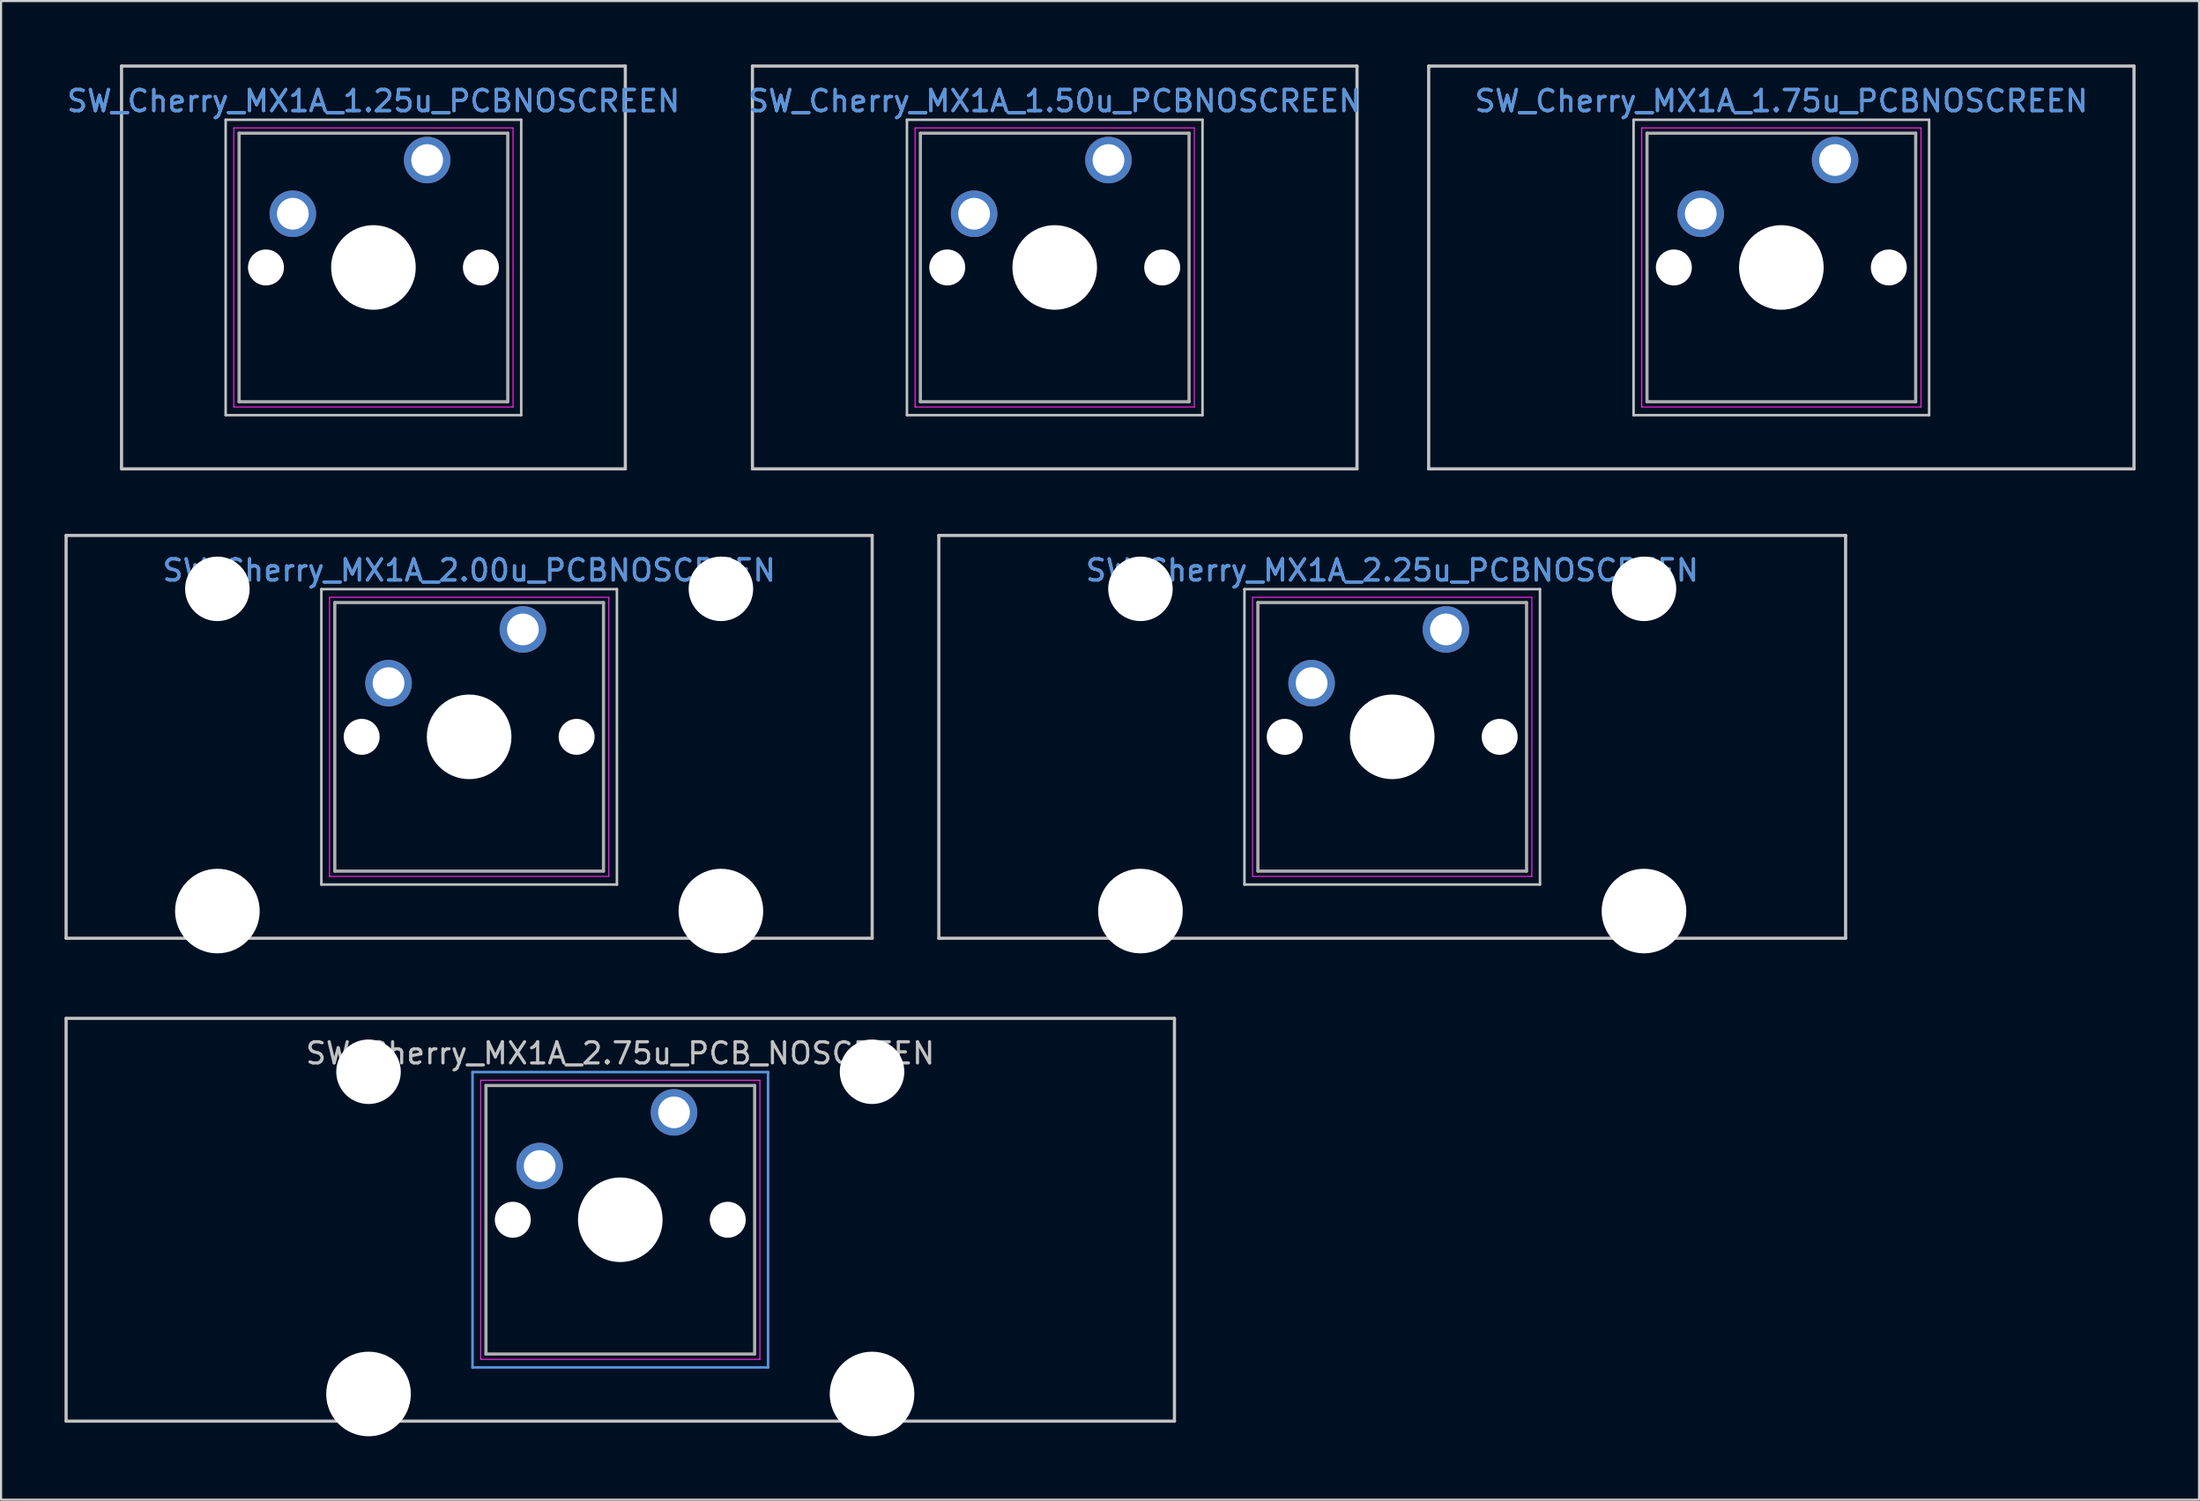
<source format=kicad_pcb>
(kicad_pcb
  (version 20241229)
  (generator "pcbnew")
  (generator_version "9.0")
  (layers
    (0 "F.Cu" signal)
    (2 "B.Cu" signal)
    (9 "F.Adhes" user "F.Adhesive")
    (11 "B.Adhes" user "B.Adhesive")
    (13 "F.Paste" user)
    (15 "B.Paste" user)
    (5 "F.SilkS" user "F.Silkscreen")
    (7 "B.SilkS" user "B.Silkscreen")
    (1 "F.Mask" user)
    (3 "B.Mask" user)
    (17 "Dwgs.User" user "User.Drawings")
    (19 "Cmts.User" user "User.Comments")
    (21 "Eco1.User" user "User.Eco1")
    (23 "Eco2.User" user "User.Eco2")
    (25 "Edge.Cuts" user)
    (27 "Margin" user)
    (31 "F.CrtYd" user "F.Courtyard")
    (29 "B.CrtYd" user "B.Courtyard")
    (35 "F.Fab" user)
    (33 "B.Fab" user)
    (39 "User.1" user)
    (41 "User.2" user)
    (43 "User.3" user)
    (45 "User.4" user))
  (footprint "SW_Cherry_MX1A_1.25u_PCBNOSCREEN"
    (layer "F.Cu")
    (at 17.141 4.52)
    (property "Reference" "SW_Cherry_MX1A_1.25u_PCBNOSCREEN" (at -2.54 -2.794 0) (layer "Cmts.User") (effects (font (size 1 1) (thickness 0.15))))
    (attr through_hole)
    (fp_line (start -14.446 -4.445) (end 9.366 -4.445) (stroke (width 0.15) (type solid)) (layer "Dwgs.User"))
    (fp_line (start -14.446 14.605) (end -14.446 -4.445) (stroke (width 0.15) (type solid)) (layer "Dwgs.User"))
    (fp_line (start -9.525 -1.905) (end 4.445 -1.905) (stroke (width 0.12) (type solid)) (layer "Dwgs.User"))
    (fp_line (start -9.525 12.065) (end -9.525 -1.905) (stroke (width 0.12) (type solid)) (layer "Dwgs.User"))
    (fp_line (start 4.445 -1.905) (end 4.445 12.065) (stroke (width 0.12) (type solid)) (layer "Dwgs.User"))
    (fp_line (start 4.445 12.065) (end -9.525 12.065) (stroke (width 0.12) (type solid)) (layer "Dwgs.User"))
    (fp_line (start 9.366 -4.445) (end 9.366 14.605) (stroke (width 0.15) (type solid)) (layer "Dwgs.User"))
    (fp_line (start 9.366 14.605) (end -14.446 14.605) (stroke (width 0.15) (type solid)) (layer "Dwgs.User"))
    (fp_line (start -9.14 -1.52) (end 4.06 -1.52) (stroke (width 0.05) (type solid)) (layer "F.CrtYd"))
    (fp_line (start -9.14 11.68) (end -9.14 -1.52) (stroke (width 0.05) (type solid)) (layer "F.CrtYd"))
    (fp_line (start 4.06 -1.52) (end 4.06 11.68) (stroke (width 0.05) (type solid)) (layer "F.CrtYd"))
    (fp_line (start 4.06 11.68) (end -9.14 11.68) (stroke (width 0.05) (type solid)) (layer "F.CrtYd"))
    (fp_line (start -8.89 -1.27) (end 3.81 -1.27) (stroke (width 0.15) (type solid)) (layer "F.Fab"))
    (fp_line (start -8.89 11.43) (end -8.89 -1.27) (stroke (width 0.15) (type solid)) (layer "F.Fab"))
    (fp_line (start 3.81 -1.27) (end 3.81 11.43) (stroke (width 0.15) (type solid)) (layer "F.Fab"))
    (fp_line (start 3.81 11.43) (end -8.89 11.43) (stroke (width 0.15) (type solid)) (layer "F.Fab"))
    (fp_text user "${REFERENCE}" (at -2.54 -2.794 0) (layer "F.Fab") (effects (font (size 1 1) (thickness 0.15))))
    (pad "" np_thru_hole circle (at -7.62 5.08) (size 1.7 1.7) (drill 1.7) (layers "*.Cu" "*.Mask"))
    (pad "" np_thru_hole circle (at -2.54 5.08) (size 4 4) (drill 4) (layers "*.Cu" "*.Mask"))
    (pad "" np_thru_hole circle (at 2.54 5.08) (size 1.7 1.7) (drill 1.7) (layers "*.Cu" "*.Mask"))
    (pad "1" thru_hole circle (at -6.35 2.54) (size 2.2 2.2) (drill 1.5) (layers "*.Cu" "*.Mask"))
    (pad "2" thru_hole circle (at 0 0) (size 2.2 2.2) (drill 1.5) (layers "*.Cu" "*.Mask")))
  (footprint "SW_Cherry_MX1A_1.50u_PCBNOSCREEN"
    (layer "F.Cu")
    (at 49.344 4.52)
    (property "Reference" "SW_Cherry_MX1A_1.50u_PCBNOSCREEN" (at -2.54 -2.794 0) (layer "Cmts.User") (effects (font (size 1 1) (thickness 0.15))))
    (fp_line (start -16.828 -4.445) (end 11.748 -4.445) (stroke (width 0.15) (type solid)) (layer "Dwgs.User"))
    (fp_line (start -16.828 14.605) (end -16.828 -4.445) (stroke (width 0.15) (type solid)) (layer "Dwgs.User"))
    (fp_line (start -9.525 -1.905) (end 4.445 -1.905) (stroke (width 0.12) (type solid)) (layer "Dwgs.User"))
    (fp_line (start -9.525 12.065) (end -9.525 -1.905) (stroke (width 0.12) (type solid)) (layer "Dwgs.User"))
    (fp_line (start 4.445 -1.905) (end 4.445 12.065) (stroke (width 0.12) (type solid)) (layer "Dwgs.User"))
    (fp_line (start 4.445 12.065) (end -9.525 12.065) (stroke (width 0.12) (type solid)) (layer "Dwgs.User"))
    (fp_line (start 11.748 -4.445) (end 11.748 14.605) (stroke (width 0.15) (type solid)) (layer "Dwgs.User"))
    (fp_line (start 11.748 14.605) (end -16.828 14.605) (stroke (width 0.15) (type solid)) (layer "Dwgs.User"))
    (fp_line (start -9.14 -1.52) (end 4.06 -1.52) (stroke (width 0.05) (type solid)) (layer "F.CrtYd"))
    (fp_line (start -9.14 11.68) (end -9.14 -1.52) (stroke (width 0.05) (type solid)) (layer "F.CrtYd"))
    (fp_line (start 4.06 -1.52) (end 4.06 11.68) (stroke (width 0.05) (type solid)) (layer "F.CrtYd"))
    (fp_line (start 4.06 11.68) (end -9.14 11.68) (stroke (width 0.05) (type solid)) (layer "F.CrtYd"))
    (fp_line (start -8.89 -1.27) (end 3.81 -1.27) (stroke (width 0.15) (type solid)) (layer "F.Fab"))
    (fp_line (start -8.89 11.43) (end -8.89 -1.27) (stroke (width 0.15) (type solid)) (layer "F.Fab"))
    (fp_line (start 3.81 -1.27) (end 3.81 11.43) (stroke (width 0.15) (type solid)) (layer "F.Fab"))
    (fp_line (start 3.81 11.43) (end -8.89 11.43) (stroke (width 0.15) (type solid)) (layer "F.Fab"))
    (fp_text user "${REFERENCE}" (at -2.54 -2.794 0) (layer "F.Fab") (effects (font (size 1 1) (thickness 0.15))))
    (pad "" np_thru_hole circle (at -7.62 5.08) (size 1.7 1.7) (drill 1.7) (layers "*.Cu" "*.Mask"))
    (pad "" np_thru_hole circle (at -2.54 5.08) (size 4 4) (drill 4) (layers "*.Cu" "*.Mask"))
    (pad "" np_thru_hole circle (at 2.54 5.08) (size 1.7 1.7) (drill 1.7) (layers "*.Cu" "*.Mask"))
    (pad "1" thru_hole circle (at -6.35 2.54) (size 2.2 2.2) (drill 1.5) (layers "*.Cu" "*.Mask"))
    (pad "2" thru_hole circle (at 0 0) (size 2.2 2.2) (drill 1.5) (layers "*.Cu" "*.Mask")))
  (footprint "SW_Cherry_MX1A_1.75u_PCBNOSCREEN"
    (layer "F.Cu")
    (at 83.689 4.52)
    (property "Reference" "SW_Cherry_MX1A_1.75u_PCBNOSCREEN" (at -2.54 -2.794 0) (layer "Cmts.User") (effects (font (size 1 1) (thickness 0.15))))
    (fp_line (start -19.209 -4.445) (end 14.129 -4.445) (stroke (width 0.15) (type solid)) (layer "Dwgs.User"))
    (fp_line (start -19.209 14.605) (end -19.209 -4.445) (stroke (width 0.15) (type solid)) (layer "Dwgs.User"))
    (fp_line (start -9.525 -1.905) (end 4.445 -1.905) (stroke (width 0.12) (type solid)) (layer "Dwgs.User"))
    (fp_line (start -9.525 12.065) (end -9.525 -1.905) (stroke (width 0.12) (type solid)) (layer "Dwgs.User"))
    (fp_line (start 4.445 -1.905) (end 4.445 12.065) (stroke (width 0.12) (type solid)) (layer "Dwgs.User"))
    (fp_line (start 4.445 12.065) (end -9.525 12.065) (stroke (width 0.12) (type solid)) (layer "Dwgs.User"))
    (fp_line (start 14.129 -4.445) (end 14.129 14.605) (stroke (width 0.15) (type solid)) (layer "Dwgs.User"))
    (fp_line (start 14.129 14.605) (end -19.209 14.605) (stroke (width 0.15) (type solid)) (layer "Dwgs.User"))
    (fp_line (start -9.14 -1.52) (end 4.06 -1.52) (stroke (width 0.05) (type solid)) (layer "F.CrtYd"))
    (fp_line (start -9.14 11.68) (end -9.14 -1.52) (stroke (width 0.05) (type solid)) (layer "F.CrtYd"))
    (fp_line (start 4.06 -1.52) (end 4.06 11.68) (stroke (width 0.05) (type solid)) (layer "F.CrtYd"))
    (fp_line (start 4.06 11.68) (end -9.14 11.68) (stroke (width 0.05) (type solid)) (layer "F.CrtYd"))
    (fp_line (start -8.89 -1.27) (end 3.81 -1.27) (stroke (width 0.15) (type solid)) (layer "F.Fab"))
    (fp_line (start -8.89 11.43) (end -8.89 -1.27) (stroke (width 0.15) (type solid)) (layer "F.Fab"))
    (fp_line (start 3.81 -1.27) (end 3.81 11.43) (stroke (width 0.15) (type solid)) (layer "F.Fab"))
    (fp_line (start 3.81 11.43) (end -8.89 11.43) (stroke (width 0.15) (type solid)) (layer "F.Fab"))
    (fp_text user "${REFERENCE}" (at -2.54 -2.794 0) (layer "F.Fab") (effects (font (size 1 1) (thickness 0.15))))
    (pad "" np_thru_hole circle (at -7.62 5.08) (size 1.7 1.7) (drill 1.7) (layers "*.Cu" "*.Mask"))
    (pad "" np_thru_hole circle (at -2.54 5.08) (size 4 4) (drill 4) (layers "*.Cu" "*.Mask"))
    (pad "" np_thru_hole circle (at 2.54 5.08) (size 1.7 1.7) (drill 1.7) (layers "*.Cu" "*.Mask"))
    (pad "1" thru_hole circle (at -6.35 2.54) (size 2.2 2.2) (drill 1.5) (layers "*.Cu" "*.Mask"))
    (pad "2" thru_hole circle (at 0 0) (size 2.2 2.2) (drill 1.5) (layers "*.Cu" "*.Mask")))
  (footprint "SW_Cherry_MX1A_2.75u_PCB_NOSCREEN"
    (layer "F.Cu")
    (at 28.809 49.56)
    (property "Reference" "SW_Cherry_MX1A_2.75u_PCB_NOSCREEN" (at -2.54 -2.794 180) (layer "Dwgs.User") (effects (font (size 1 1) (thickness 0.15))))
    (fp_line (start -28.734 -4.445) (end 23.654 -4.445) (stroke (width 0.15) (type solid)) (layer "Dwgs.User"))
    (fp_line (start -28.734 14.605) (end -28.734 -4.445) (stroke (width 0.15) (type solid)) (layer "Dwgs.User"))
    (fp_line (start 23.654 -4.445) (end 23.654 14.605) (stroke (width 0.15) (type solid)) (layer "Dwgs.User"))
    (fp_line (start 23.654 14.605) (end -28.734 14.605) (stroke (width 0.15) (type solid)) (layer "Dwgs.User"))
    (fp_line (start -9.525 -1.905) (end 4.445 -1.905) (stroke (width 0.12) (type solid)) (layer "Cmts.User"))
    (fp_line (start -9.525 12.065) (end -9.525 -1.905) (stroke (width 0.12) (type solid)) (layer "Cmts.User"))
    (fp_line (start 4.445 -1.905) (end 4.445 12.065) (stroke (width 0.12) (type solid)) (layer "Cmts.User"))
    (fp_line (start 4.445 12.065) (end -9.525 12.065) (stroke (width 0.12) (type solid)) (layer "Cmts.User"))
    (fp_line (start -9.14 -1.52) (end 4.06 -1.52) (stroke (width 0.05) (type solid)) (layer "F.CrtYd"))
    (fp_line (start -9.14 11.68) (end -9.14 -1.52) (stroke (width 0.05) (type solid)) (layer "F.CrtYd"))
    (fp_line (start 4.06 -1.52) (end 4.06 11.68) (stroke (width 0.05) (type solid)) (layer "F.CrtYd"))
    (fp_line (start 4.06 11.68) (end -9.14 11.68) (stroke (width 0.05) (type solid)) (layer "F.CrtYd"))
    (fp_line (start -8.89 -1.27) (end 3.81 -1.27) (stroke (width 0.15) (type solid)) (layer "F.Fab"))
    (fp_line (start -8.89 11.43) (end -8.89 -1.27) (stroke (width 0.15) (type solid)) (layer "F.Fab"))
    (fp_line (start 3.81 -1.27) (end 3.81 11.43) (stroke (width 0.15) (type solid)) (layer "F.Fab"))
    (fp_line (start 3.81 11.43) (end -8.89 11.43) (stroke (width 0.15) (type solid)) (layer "F.Fab"))
    (pad "" np_thru_hole circle (at -14.44 -1.92) (size 3.05 3.05) (drill 3.05) (layers "*.Cu" "*.Mask"))
    (pad "" np_thru_hole circle (at -14.44 13.32) (size 4 4) (drill 4) (layers "*.Cu" "*.Mask"))
    (pad "" np_thru_hole circle (at -7.62 5.08) (size 1.7 1.7) (drill 1.7) (layers "*.Cu" "*.Mask"))
    (pad "" np_thru_hole circle (at -2.54 5.08) (size 4 4) (drill 4) (layers "*.Cu" "*.Mask"))
    (pad "" np_thru_hole circle (at 2.54 5.08) (size 1.7 1.7) (drill 1.7) (layers "*.Cu" "*.Mask"))
    (pad "" np_thru_hole circle (at 9.36 -1.92) (size 3.05 3.05) (drill 3.05) (layers "*.Cu" "*.Mask"))
    (pad "" np_thru_hole circle (at 9.36 13.32) (size 4 4) (drill 4) (layers "*.Cu" "*.Mask"))
    (pad "1" thru_hole circle (at -6.35 2.54) (size 2.2 2.2) (drill 1.5) (layers "*.Cu" "*.Mask"))
    (pad "2" thru_hole circle (at 0 0) (size 2.2 2.2) (drill 1.5) (layers "*.Cu" "*.Mask")))
  (footprint "SW_Cherry_MX1A_2.25u_PCBNOSCREEN"
    (layer "F.Cu")
    (at 65.296 26.72)
    (property "Reference" "SW_Cherry_MX1A_2.25u_PCBNOSCREEN" (at -2.54 -2.794 0) (layer "Cmts.User") (effects (font (size 1 1) (thickness 0.15))))
    (fp_line (start -23.971 -4.445) (end 18.891 -4.445) (stroke (width 0.15) (type solid)) (layer "Dwgs.User"))
    (fp_line (start -23.971 14.605) (end -23.971 -4.445) (stroke (width 0.15) (type solid)) (layer "Dwgs.User"))
    (fp_line (start -9.525 -1.905) (end 4.445 -1.905) (stroke (width 0.12) (type solid)) (layer "Dwgs.User"))
    (fp_line (start -9.525 12.065) (end -9.525 -1.905) (stroke (width 0.12) (type solid)) (layer "Dwgs.User"))
    (fp_line (start 4.445 -1.905) (end 4.445 12.065) (stroke (width 0.12) (type solid)) (layer "Dwgs.User"))
    (fp_line (start 4.445 12.065) (end -9.525 12.065) (stroke (width 0.12) (type solid)) (layer "Dwgs.User"))
    (fp_line (start 18.891 -4.445) (end 18.891 14.605) (stroke (width 0.15) (type solid)) (layer "Dwgs.User"))
    (fp_line (start 18.891 14.605) (end -23.971 14.605) (stroke (width 0.15) (type solid)) (layer "Dwgs.User"))
    (fp_line (start -9.14 -1.52) (end 4.06 -1.52) (stroke (width 0.05) (type solid)) (layer "F.CrtYd"))
    (fp_line (start -9.14 11.68) (end -9.14 -1.52) (stroke (width 0.05) (type solid)) (layer "F.CrtYd"))
    (fp_line (start 4.06 -1.52) (end 4.06 11.68) (stroke (width 0.05) (type solid)) (layer "F.CrtYd"))
    (fp_line (start 4.06 11.68) (end -9.14 11.68) (stroke (width 0.05) (type solid)) (layer "F.CrtYd"))
    (fp_line (start -8.89 -1.27) (end 3.81 -1.27) (stroke (width 0.15) (type solid)) (layer "F.Fab"))
    (fp_line (start -8.89 11.43) (end -8.89 -1.27) (stroke (width 0.15) (type solid)) (layer "F.Fab"))
    (fp_line (start 3.81 -1.27) (end 3.81 11.43) (stroke (width 0.15) (type solid)) (layer "F.Fab"))
    (fp_line (start 3.81 11.43) (end -8.89 11.43) (stroke (width 0.15) (type solid)) (layer "F.Fab"))
    (fp_text user "${REFERENCE}" (at -2.54 -2.794 0) (layer "F.Fab") (effects (font (size 1 1) (thickness 0.15))))
    (pad "" np_thru_hole circle (at -14.44 -1.92) (size 3.05 3.05) (drill 3.05) (layers "*.Cu" "*.Mask"))
    (pad "" np_thru_hole circle (at -14.44 13.32) (size 4 4) (drill 4) (layers "*.Cu" "*.Mask"))
    (pad "" np_thru_hole circle (at -7.62 5.08) (size 1.7 1.7) (drill 1.7) (layers "*.Cu" "*.Mask"))
    (pad "" np_thru_hole circle (at -2.54 5.08) (size 4 4) (drill 4) (layers "*.Cu" "*.Mask"))
    (pad "" np_thru_hole circle (at 2.54 5.08) (size 1.7 1.7) (drill 1.7) (layers "*.Cu" "*.Mask"))
    (pad "" np_thru_hole circle (at 9.36 -1.92) (size 3.05 3.05) (drill 3.05) (layers "*.Cu" "*.Mask"))
    (pad "" np_thru_hole circle (at 9.36 13.32) (size 4 4) (drill 4) (layers "*.Cu" "*.Mask"))
    (pad "1" thru_hole circle (at -6.35 2.54) (size 2.2 2.2) (drill 1.5) (layers "*.Cu" "*.Mask"))
    (pad "2" thru_hole circle (at 0 0) (size 2.2 2.2) (drill 1.5) (layers "*.Cu" "*.Mask")))
  (footprint "SW_Cherry_MX1A_2.00u_PCBNOSCREEN"
    (layer "F.Cu")
    (at 21.665 26.72)
    (property "Reference" "SW_Cherry_MX1A_2.00u_PCBNOSCREEN" (at -2.54 -2.794 0) (layer "Cmts.User") (effects (font (size 1 1) (thickness 0.15))))
    (fp_line (start -21.59 -4.445) (end 16.51 -4.445) (stroke (width 0.15) (type solid)) (layer "Dwgs.User"))
    (fp_line (start -21.59 14.605) (end -21.59 -4.445) (stroke (width 0.15) (type solid)) (layer "Dwgs.User"))
    (fp_line (start -9.525 -1.905) (end 4.445 -1.905) (stroke (width 0.12) (type solid)) (layer "Dwgs.User"))
    (fp_line (start -9.525 12.065) (end -9.525 -1.905) (stroke (width 0.12) (type solid)) (layer "Dwgs.User"))
    (fp_line (start 4.445 -1.905) (end 4.445 12.065) (stroke (width 0.12) (type solid)) (layer "Dwgs.User"))
    (fp_line (start 4.445 12.065) (end -9.525 12.065) (stroke (width 0.12) (type solid)) (layer "Dwgs.User"))
    (fp_line (start 16.51 -4.445) (end 16.51 14.605) (stroke (width 0.15) (type solid)) (layer "Dwgs.User"))
    (fp_line (start 16.51 14.605) (end -21.59 14.605) (stroke (width 0.15) (type solid)) (layer "Dwgs.User"))
    (fp_line (start -9.14 -1.52) (end 4.06 -1.52) (stroke (width 0.05) (type solid)) (layer "F.CrtYd"))
    (fp_line (start -9.14 11.68) (end -9.14 -1.52) (stroke (width 0.05) (type solid)) (layer "F.CrtYd"))
    (fp_line (start 4.06 -1.52) (end 4.06 11.68) (stroke (width 0.05) (type solid)) (layer "F.CrtYd"))
    (fp_line (start 4.06 11.68) (end -9.14 11.68) (stroke (width 0.05) (type solid)) (layer "F.CrtYd"))
    (fp_line (start -8.89 -1.27) (end 3.81 -1.27) (stroke (width 0.15) (type solid)) (layer "F.Fab"))
    (fp_line (start -8.89 11.43) (end -8.89 -1.27) (stroke (width 0.15) (type solid)) (layer "F.Fab"))
    (fp_line (start 3.81 -1.27) (end 3.81 11.43) (stroke (width 0.15) (type solid)) (layer "F.Fab"))
    (fp_line (start 3.81 11.43) (end -8.89 11.43) (stroke (width 0.15) (type solid)) (layer "F.Fab"))
    (fp_text user "${REFERENCE}" (at -2.54 -2.794 0) (layer "F.Fab") (effects (font (size 1 1) (thickness 0.15))))
    (pad "" np_thru_hole circle (at -14.44 -1.92) (size 3.05 3.05) (drill 3.05) (layers "*.Cu" "*.Mask"))
    (pad "" np_thru_hole circle (at -14.44 13.32) (size 4 4) (drill 4) (layers "*.Cu" "*.Mask"))
    (pad "" np_thru_hole circle (at -7.62 5.08) (size 1.7 1.7) (drill 1.7) (layers "*.Cu" "*.Mask"))
    (pad "" np_thru_hole circle (at -2.54 5.08) (size 4 4) (drill 4) (layers "*.Cu" "*.Mask"))
    (pad "" np_thru_hole circle (at 2.54 5.08) (size 1.7 1.7) (drill 1.7) (layers "*.Cu" "*.Mask"))
    (pad "" np_thru_hole circle (at 9.36 -1.92) (size 3.05 3.05) (drill 3.05) (layers "*.Cu" "*.Mask"))
    (pad "" np_thru_hole circle (at 9.36 13.32) (size 4 4) (drill 4) (layers "*.Cu" "*.Mask"))
    (pad "1" thru_hole circle (at -6.35 2.54) (size 2.2 2.2) (drill 1.5) (layers "*.Cu" "*.Mask"))
    (pad "2" thru_hole circle (at 0 0) (size 2.2 2.2) (drill 1.5) (layers "*.Cu" "*.Mask")))
  (gr_rect
    (start -3 -3)
    (end 100.892 67.88)
    (stroke (width 0.1) (type default))
    (fill no)
    (layer "Edge.Cuts")))
</source>
